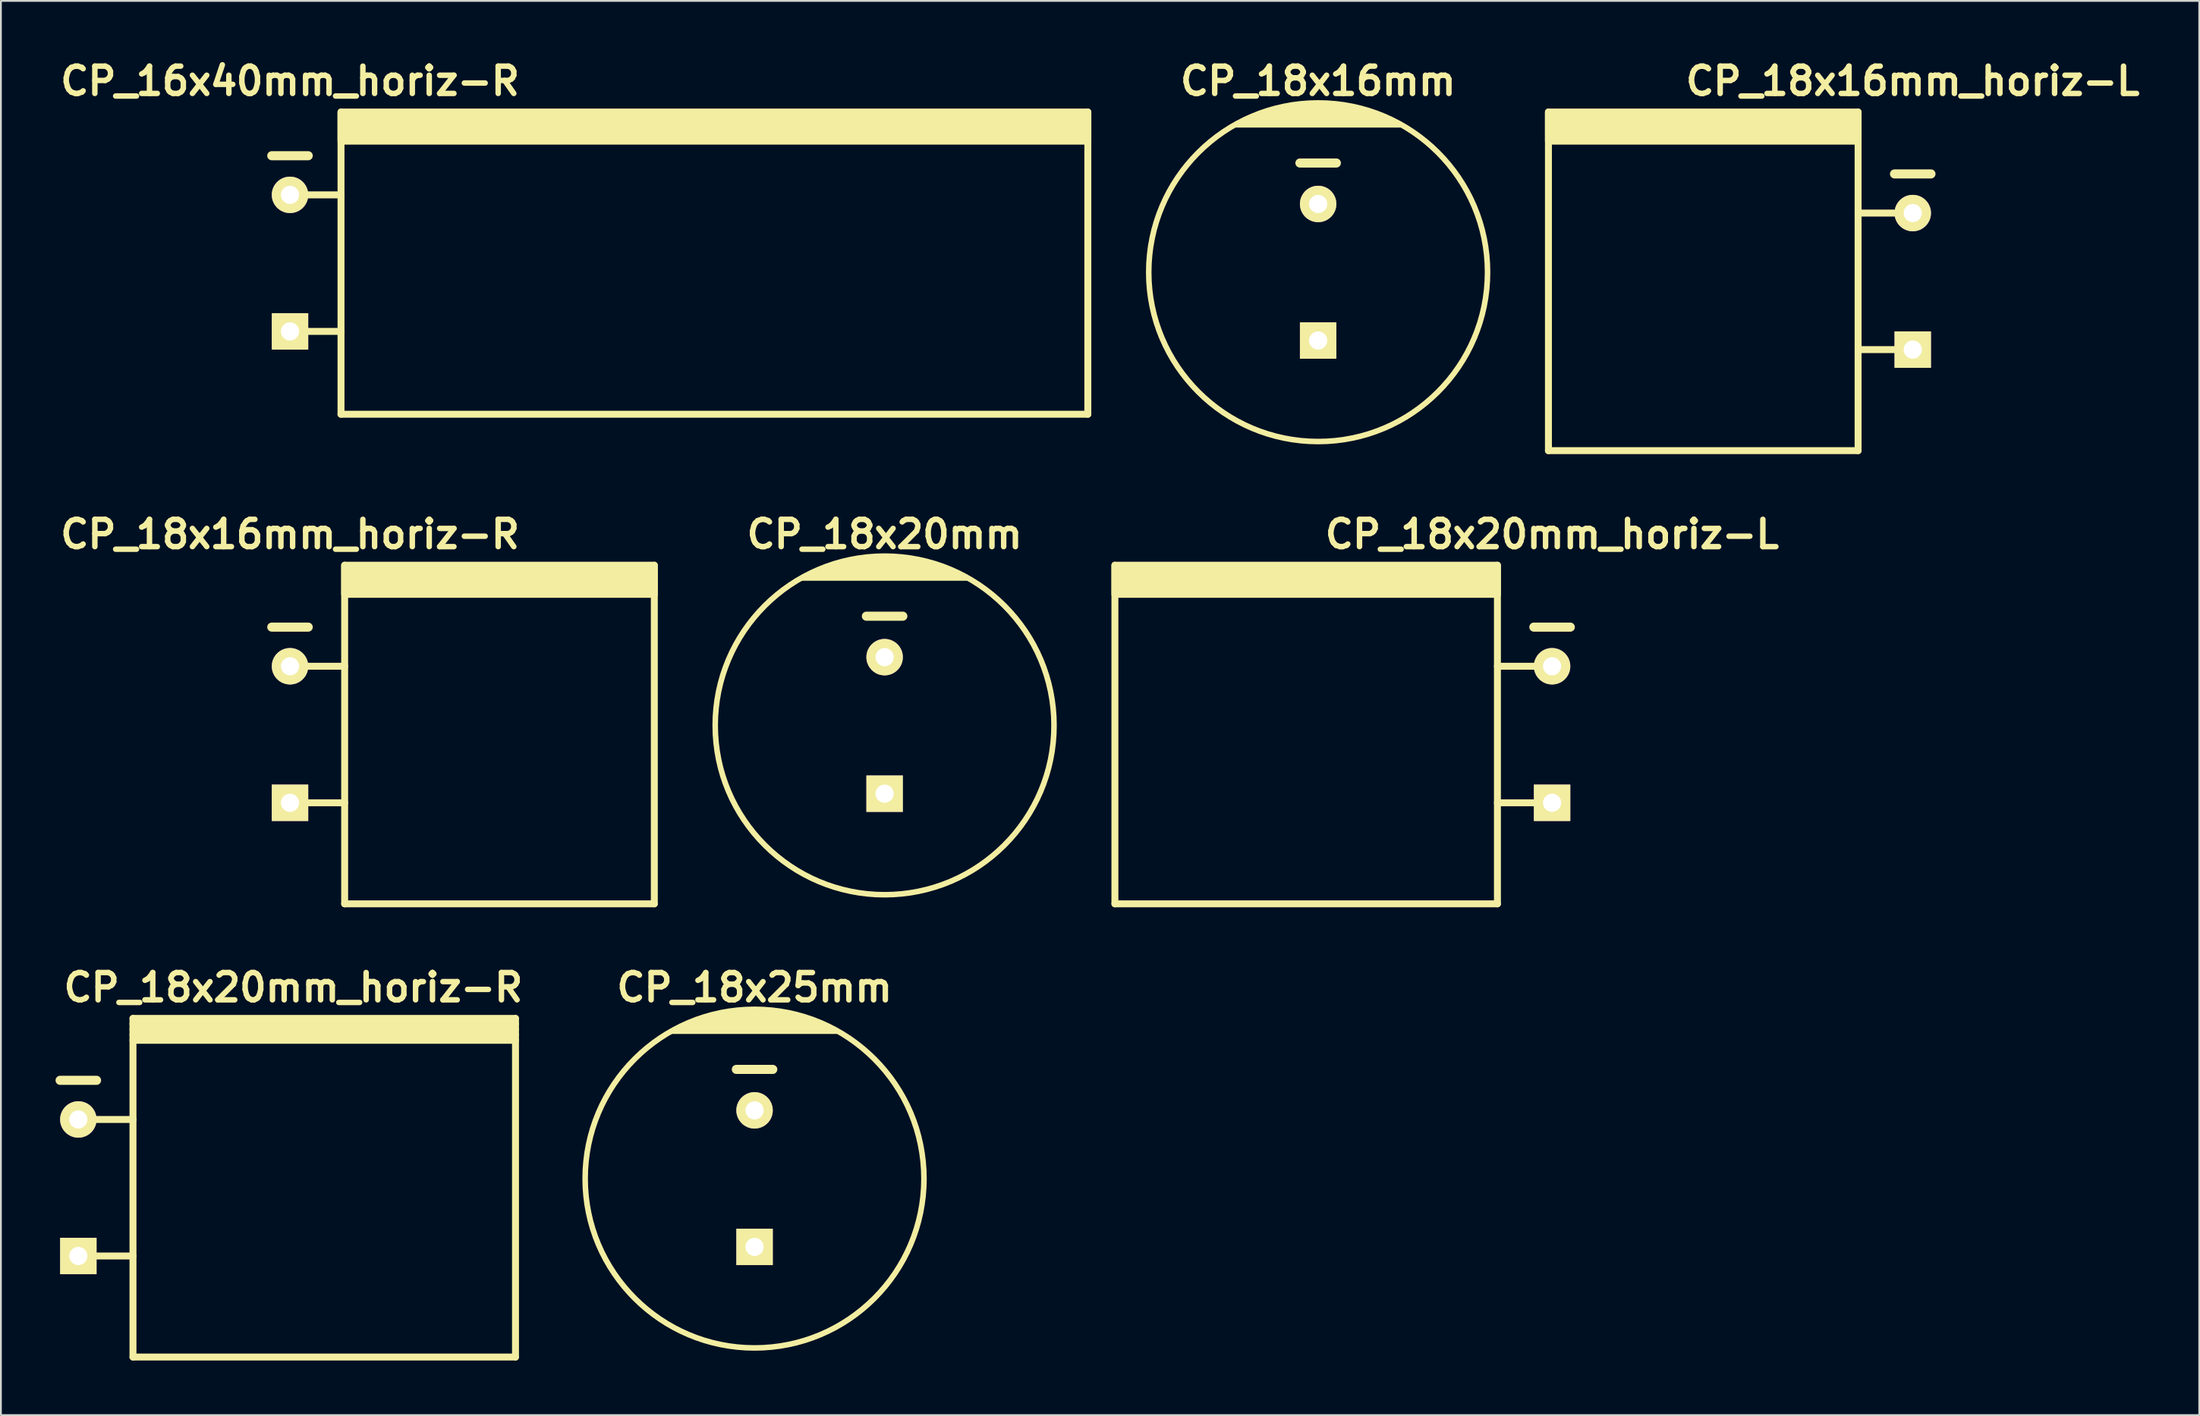
<source format=kicad_pcb>
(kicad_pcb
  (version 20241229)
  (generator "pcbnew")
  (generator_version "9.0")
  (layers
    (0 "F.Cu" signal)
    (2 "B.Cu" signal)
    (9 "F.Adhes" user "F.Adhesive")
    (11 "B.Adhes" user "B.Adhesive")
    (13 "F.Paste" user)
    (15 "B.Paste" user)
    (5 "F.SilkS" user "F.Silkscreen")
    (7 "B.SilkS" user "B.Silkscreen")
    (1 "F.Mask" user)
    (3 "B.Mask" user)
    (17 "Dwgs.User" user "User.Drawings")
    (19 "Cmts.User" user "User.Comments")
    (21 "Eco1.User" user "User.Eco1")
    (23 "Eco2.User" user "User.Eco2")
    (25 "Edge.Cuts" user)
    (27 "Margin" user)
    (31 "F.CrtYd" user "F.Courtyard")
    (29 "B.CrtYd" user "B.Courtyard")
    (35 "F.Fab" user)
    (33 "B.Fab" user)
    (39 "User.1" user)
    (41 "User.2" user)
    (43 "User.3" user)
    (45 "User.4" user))
  (footprint "CP_18x16mm"
    (layer "F.Cu")
    (at 69.314 11.904)
    (property "Reference" "CP_18x16mm" (at 0 -10.5 0) (layer "F.SilkS") (effects (font (size 1.5 1.5) (thickness 0.3))))
    (attr through_hole)
    (fp_line (start -4.5 -8.1) (end 4.5 -8.1) (stroke (width 0.305) (type solid)) (layer "F.SilkS"))
    (fp_line (start -4.1 -8.3) (end 4.1 -8.3) (stroke (width 0.305) (type solid)) (layer "F.SilkS"))
    (fp_line (start -3.2 -8.7) (end 3.2 -8.7) (stroke (width 0.305) (type solid)) (layer "F.SilkS"))
    (fp_line (start -1.8 -9.1) (end 1.8 -9.1) (stroke (width 0.305) (type solid)) (layer "F.SilkS"))
    (fp_line (start -1 -6) (end 1 -6) (stroke (width 0.5) (type solid)) (layer "F.SilkS"))
    (fp_line (start 2.6 -8.9) (end -2.6 -8.9) (stroke (width 0.305) (type solid)) (layer "F.SilkS"))
    (fp_line (start 3.7 -8.5) (end -3.7 -8.5) (stroke (width 0.305) (type solid)) (layer "F.SilkS"))
    (fp_circle (center 0 0) (end -9.3 0) (stroke (width 0.305) (type solid)) (fill no) (layer "F.SilkS"))
    (pad "1" thru_hole rect (at 0 3.75) (size 2 2) (drill 1) (layers "*.Cu" "*.Mask" "F.SilkS"))
    (pad "2" thru_hole circle (at 0 -3.75) (size 2 2) (drill 1) (layers "*.Cu" "*.Mask" "F.SilkS")))
  (footprint "CP_18x16mm_horiz-R"
    (layer "F.Cu")
    (at 12.871 37.298)
    (property "Reference" "CP_18x16mm_horiz-R" (at 0 -11 0) (layer "F.SilkS") (effects (font (size 1.5 1.5) (thickness 0.3))))
    (attr through_hole)
    (fp_line (start -1 -5.9) (end 1 -5.9) (stroke (width 0.5) (type solid)) (layer "F.SilkS"))
    (fp_line (start 0 -3.75) (end 3 -3.75) (stroke (width 0.381) (type solid)) (layer "F.SilkS"))
    (fp_line (start 0 3.75) (end 3 3.75) (stroke (width 0.381) (type solid)) (layer "F.SilkS"))
    (fp_line (start 3 9.3) (end 3 -9.3) (stroke (width 0.381) (type solid)) (layer "F.SilkS"))
    (fp_line (start 20 -9.3) (end 20 9.3) (stroke (width 0.381) (type solid)) (layer "F.SilkS"))
    (fp_line (start 20 9.3) (end 3 9.3) (stroke (width 0.381) (type solid)) (layer "F.SilkS"))
    (fp_poly (pts (xy 20 -7.7) (xy 3 -7.7) (xy 3 -9.3) (xy 20 -9.3)) (stroke (width 0.381) (type solid)) (fill yes) (layer "F.SilkS"))
    (pad "1" thru_hole rect (at 0 3.75) (size 2 2) (drill 1) (layers "*.Cu" "*.Mask" "F.SilkS"))
    (pad "2" thru_hole circle (at 0 -3.75) (size 2 2) (drill 1) (layers "*.Cu" "*.Mask" "F.SilkS")))
  (footprint "CP_18x16mm_horiz-L"
    (layer "F.Cu")
    (at 101.957 12.404)
    (property "Reference" "CP_18x16mm_horiz-L" (at 0 -11 0) (layer "F.SilkS") (effects (font (size 1.5 1.5) (thickness 0.3))))
    (attr through_hole)
    (fp_line (start -20 9.3) (end -20 -9.3) (stroke (width 0.381) (type solid)) (layer "F.SilkS"))
    (fp_line (start -3 -9.3) (end -3 9.3) (stroke (width 0.381) (type solid)) (layer "F.SilkS"))
    (fp_line (start -3 -3.75) (end 0 -3.75) (stroke (width 0.381) (type solid)) (layer "F.SilkS"))
    (fp_line (start -3 3.75) (end 0 3.75) (stroke (width 0.381) (type solid)) (layer "F.SilkS"))
    (fp_line (start -3 9.3) (end -20 9.3) (stroke (width 0.381) (type solid)) (layer "F.SilkS"))
    (fp_line (start -1 -5.9) (end 1 -5.9) (stroke (width 0.5) (type solid)) (layer "F.SilkS"))
    (fp_poly (pts (xy -3 -7.7) (xy -20 -7.7) (xy -20 -9.3) (xy -3 -9.3)) (stroke (width 0.381) (type solid)) (fill yes) (layer "F.SilkS"))
    (pad "1" thru_hole rect (at 0 3.75) (size 2 2) (drill 1) (layers "*.Cu" "*.Mask" "F.SilkS"))
    (pad "2" thru_hole circle (at 0 -3.75) (size 2 2) (drill 1) (layers "*.Cu" "*.Mask" "F.SilkS")))
  (footprint "CP_18x25mm"
    (layer "F.Cu")
    (at 38.374 61.693)
    (property "Reference" "CP_18x25mm" (at 0 -10.5 0) (layer "F.SilkS") (effects (font (size 1.5 1.5) (thickness 0.3))))
    (attr through_hole)
    (fp_line (start -4.5 -8.1) (end 4.5 -8.1) (stroke (width 0.305) (type solid)) (layer "F.SilkS"))
    (fp_line (start -4.1 -8.3) (end 4.1 -8.3) (stroke (width 0.305) (type solid)) (layer "F.SilkS"))
    (fp_line (start -3.2 -8.7) (end 3.2 -8.7) (stroke (width 0.305) (type solid)) (layer "F.SilkS"))
    (fp_line (start -1.8 -9.1) (end 1.8 -9.1) (stroke (width 0.305) (type solid)) (layer "F.SilkS"))
    (fp_line (start -1 -6) (end 1 -6) (stroke (width 0.5) (type solid)) (layer "F.SilkS"))
    (fp_line (start 2.6 -8.9) (end -2.6 -8.9) (stroke (width 0.305) (type solid)) (layer "F.SilkS"))
    (fp_line (start 3.7 -8.5) (end -3.7 -8.5) (stroke (width 0.305) (type solid)) (layer "F.SilkS"))
    (fp_circle (center 0 0) (end -9.3 0) (stroke (width 0.305) (type solid)) (fill no) (layer "F.SilkS"))
    (pad "1" thru_hole rect (at 0 3.75) (size 2 2) (drill 1) (layers "*.Cu" "*.Mask" "F.SilkS"))
    (pad "2" thru_hole circle (at 0 -3.75) (size 2 2) (drill 1) (layers "*.Cu" "*.Mask" "F.SilkS")))
  (footprint "CP_18x20mm_horiz-R"
    (layer "F.Cu")
    (at 13.05 62.193)
    (property "Reference" "CP_18x20mm_horiz-R" (at 0 -11 0) (layer "F.SilkS") (effects (font (size 1.5 1.5) (thickness 0.3))))
    (attr through_hole)
    (fp_line (start -12.8 -5.9) (end -10.8 -5.9) (stroke (width 0.5) (type solid)) (layer "F.SilkS"))
    (fp_line (start -11.8 -3.75) (end -8.8 -3.75) (stroke (width 0.381) (type solid)) (layer "F.SilkS"))
    (fp_line (start -11.8 3.75) (end -8.8 3.75) (stroke (width 0.381) (type solid)) (layer "F.SilkS"))
    (fp_line (start -8.8 -9) (end 12.2 -9) (stroke (width 0.381) (type solid)) (layer "F.SilkS"))
    (fp_line (start -8.8 -8.7) (end 12.2 -8.7) (stroke (width 0.381) (type solid)) (layer "F.SilkS"))
    (fp_line (start -8.8 -8.4) (end 12.2 -8.4) (stroke (width 0.381) (type solid)) (layer "F.SilkS"))
    (fp_line (start -8.8 -8.1) (end 12.2 -8.1) (stroke (width 0.381) (type solid)) (layer "F.SilkS"))
    (fp_line (start -8.8 9.3) (end -8.8 -9.3) (stroke (width 0.381) (type solid)) (layer "F.SilkS"))
    (fp_line (start 12.2 -9.3) (end -8.8 -9.3) (stroke (width 0.381) (type solid)) (layer "F.SilkS"))
    (fp_line (start 12.2 -9.3) (end 12.2 9.3) (stroke (width 0.381) (type solid)) (layer "F.SilkS"))
    (fp_line (start 12.2 9.3) (end -8.8 9.3) (stroke (width 0.381) (type solid)) (layer "F.SilkS"))
    (pad "1" thru_hole rect (at -11.8 3.75) (size 2 2) (drill 1) (layers "*.Cu" "*.Mask" "F.SilkS"))
    (pad "2" thru_hole circle (at -11.8 -3.75) (size 2 2) (drill 1) (layers "*.Cu" "*.Mask" "F.SilkS")))
  (footprint "CP_18x20mm_horiz-L"
    (layer "F.Cu")
    (at 82.157 37.298)
    (property "Reference" "CP_18x20mm_horiz-L" (at 0 -11 0) (layer "F.SilkS") (effects (font (size 1.5 1.5) (thickness 0.3))))
    (attr through_hole)
    (fp_line (start -24 9.3) (end -24 -9.3) (stroke (width 0.381) (type solid)) (layer "F.SilkS"))
    (fp_line (start -3 -9.3) (end -3 9.3) (stroke (width 0.381) (type solid)) (layer "F.SilkS"))
    (fp_line (start -3 -3.75) (end 0 -3.75) (stroke (width 0.381) (type solid)) (layer "F.SilkS"))
    (fp_line (start -3 3.75) (end 0 3.75) (stroke (width 0.381) (type solid)) (layer "F.SilkS"))
    (fp_line (start -3 9.3) (end -24 9.3) (stroke (width 0.381) (type solid)) (layer "F.SilkS"))
    (fp_line (start -1 -5.9) (end 1 -5.9) (stroke (width 0.5) (type solid)) (layer "F.SilkS"))
    (fp_poly (pts (xy -3 -7.7) (xy -24 -7.7) (xy -24 -9.3) (xy -3 -9.3)) (stroke (width 0.381) (type solid)) (fill yes) (layer "F.SilkS"))
    (pad "1" thru_hole rect (at 0 3.75) (size 2 2) (drill 1) (layers "*.Cu" "*.Mask" "F.SilkS"))
    (pad "2" thru_hole circle (at 0 -3.75) (size 2 2) (drill 1) (layers "*.Cu" "*.Mask" "F.SilkS")))
  (footprint "CP_16x40mm_horiz-R"
    (layer "F.Cu")
    (at 12.871 11.404)
    (property "Reference" "CP_16x40mm_horiz-R" (at 0 -10 0) (layer "F.SilkS") (effects (font (size 1.5 1.5) (thickness 0.3))))
    (attr through_hole)
    (fp_line (start -1 -5.9) (end 1 -5.9) (stroke (width 0.5) (type solid)) (layer "F.SilkS"))
    (fp_line (start 0 -3.75) (end 2.8 -3.75) (stroke (width 0.381) (type solid)) (layer "F.SilkS"))
    (fp_line (start 0 3.75) (end 2.8 3.75) (stroke (width 0.381) (type solid)) (layer "F.SilkS"))
    (fp_line (start 2.8 8.3) (end 2.8 -8.3) (stroke (width 0.381) (type solid)) (layer "F.SilkS"))
    (fp_line (start 43.8 -8.3) (end 43.8 8.3) (stroke (width 0.381) (type solid)) (layer "F.SilkS"))
    (fp_line (start 43.8 8.3) (end 2.8 8.3) (stroke (width 0.381) (type solid)) (layer "F.SilkS"))
    (fp_poly (pts (xy 43.8 -6.7) (xy 2.8 -6.7) (xy 2.8 -8.3) (xy 43.8 -8.3)) (stroke (width 0.381) (type solid)) (fill yes) (layer "F.SilkS"))
    (pad "1" thru_hole rect (at 0 3.75) (size 2 2) (drill 1) (layers "*.Cu" "*.Mask" "F.SilkS"))
    (pad "2" thru_hole circle (at 0 -3.75) (size 2 2) (drill 1) (layers "*.Cu" "*.Mask" "F.SilkS")))
  (footprint "CP_18x20mm"
    (layer "F.Cu")
    (at 45.514 36.798)
    (property "Reference" "CP_18x20mm" (at 0 -10.5 0) (layer "F.SilkS") (effects (font (size 1.5 1.5) (thickness 0.3))))
    (attr through_hole)
    (fp_line (start -4.5 -8.1) (end 4.5 -8.1) (stroke (width 0.305) (type solid)) (layer "F.SilkS"))
    (fp_line (start -4.1 -8.3) (end 4.1 -8.3) (stroke (width 0.305) (type solid)) (layer "F.SilkS"))
    (fp_line (start -3.2 -8.7) (end 3.2 -8.7) (stroke (width 0.305) (type solid)) (layer "F.SilkS"))
    (fp_line (start -1.8 -9.1) (end 1.8 -9.1) (stroke (width 0.305) (type solid)) (layer "F.SilkS"))
    (fp_line (start -1 -6) (end 1 -6) (stroke (width 0.5) (type solid)) (layer "F.SilkS"))
    (fp_line (start 2.6 -8.9) (end -2.6 -8.9) (stroke (width 0.305) (type solid)) (layer "F.SilkS"))
    (fp_line (start 3.7 -8.5) (end -3.7 -8.5) (stroke (width 0.305) (type solid)) (layer "F.SilkS"))
    (fp_circle (center 0 0) (end -9.3 0) (stroke (width 0.305) (type solid)) (fill no) (layer "F.SilkS"))
    (pad "1" thru_hole rect (at 0 3.75) (size 2 2) (drill 1) (layers "*.Cu" "*.Mask" "F.SilkS"))
    (pad "2" thru_hole circle (at 0 -3.75) (size 2 2) (drill 1) (layers "*.Cu" "*.Mask" "F.SilkS")))
  (gr_rect
    (start -3 -3)
    (end 117.686 74.683)
    (stroke (width 0.1) (type default))
    (fill no)
    (layer "Edge.Cuts")))
</source>
